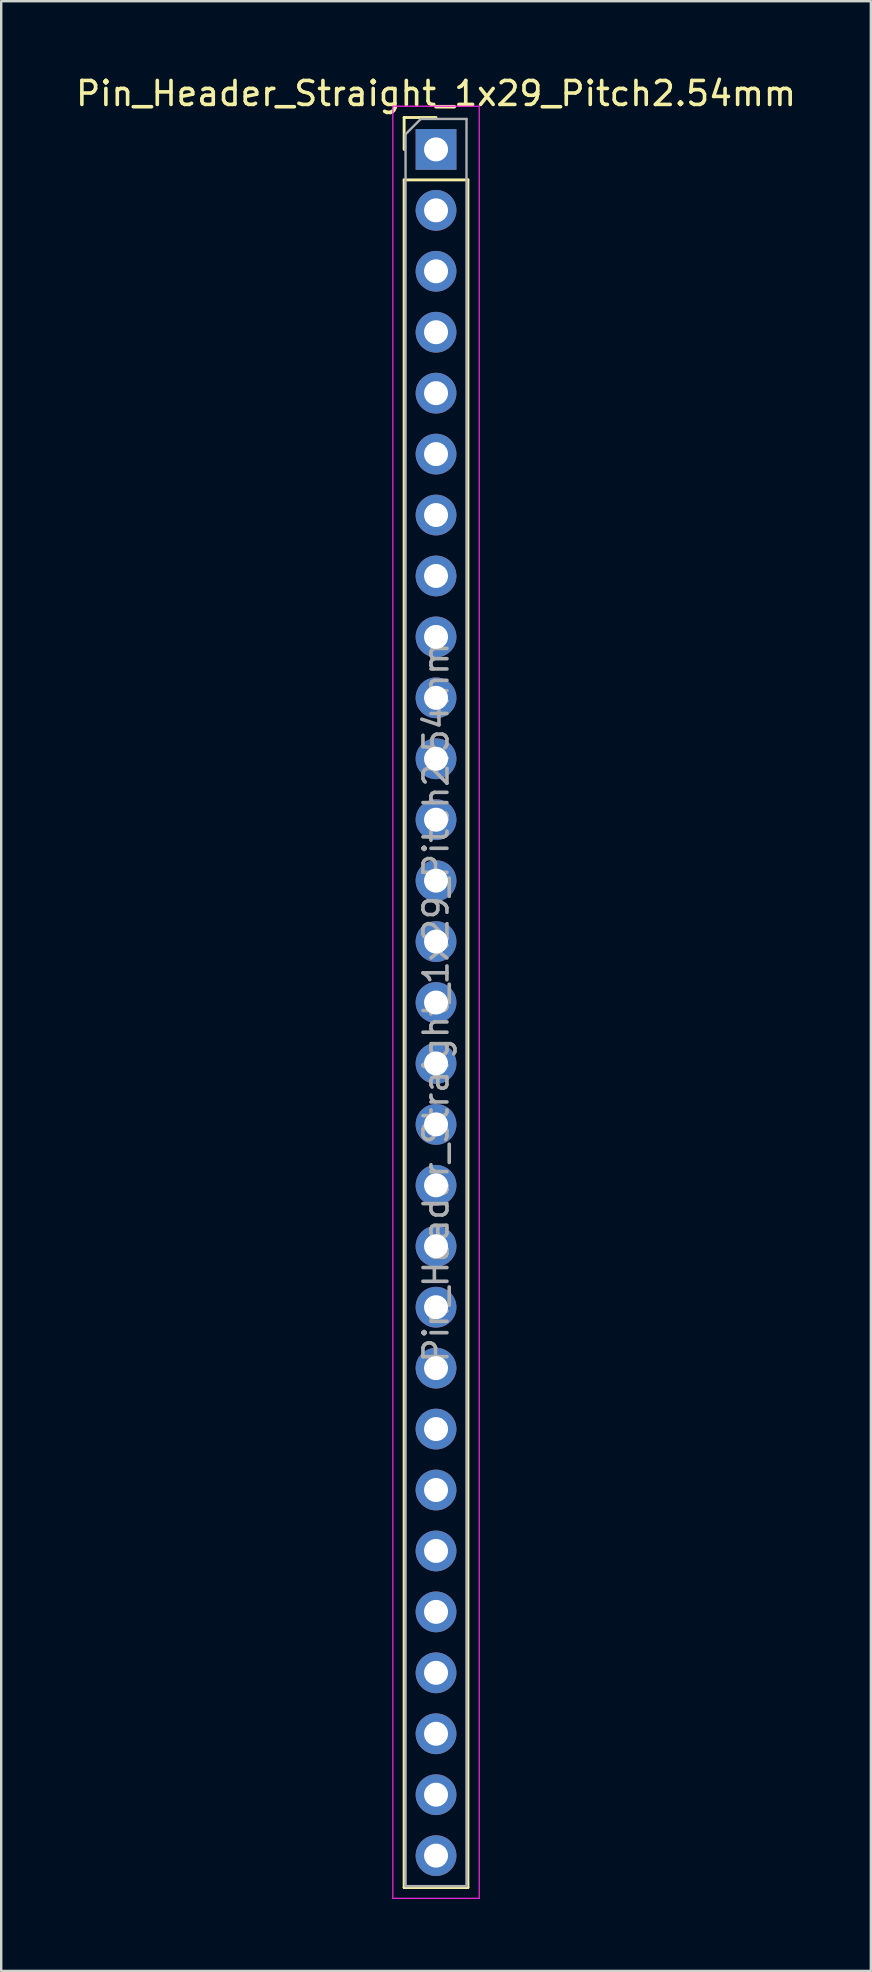
<source format=kicad_pcb>
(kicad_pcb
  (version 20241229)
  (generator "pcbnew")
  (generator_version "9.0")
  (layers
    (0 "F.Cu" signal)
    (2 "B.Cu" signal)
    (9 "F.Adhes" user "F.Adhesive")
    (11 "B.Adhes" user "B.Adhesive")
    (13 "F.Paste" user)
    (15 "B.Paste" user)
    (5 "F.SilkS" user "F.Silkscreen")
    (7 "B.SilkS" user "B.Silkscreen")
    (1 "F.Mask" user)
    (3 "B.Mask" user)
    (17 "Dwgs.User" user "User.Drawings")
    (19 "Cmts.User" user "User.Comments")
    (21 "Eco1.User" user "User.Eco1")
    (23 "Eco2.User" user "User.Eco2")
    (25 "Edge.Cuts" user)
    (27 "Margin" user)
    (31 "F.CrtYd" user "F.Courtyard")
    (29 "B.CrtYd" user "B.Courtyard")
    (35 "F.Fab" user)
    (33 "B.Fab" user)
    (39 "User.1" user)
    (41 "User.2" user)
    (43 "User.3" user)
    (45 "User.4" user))
  (footprint "Pin_Header_Straight_1x29_Pitch2.54mm"
    (layer "F.Cu")
    (at 15.125 3.178)
    (property "Reference" "Pin_Header_Straight_1x29_Pitch2.54mm" (at 0 -2.33 0) (layer "F.SilkS") (effects (font (size 1 1) (thickness 0.15))))
    (attr through_hole)
    (fp_line (start -1.33 -1.33) (end 0 -1.33) (stroke (width 0.12) (type solid)) (layer "F.SilkS"))
    (fp_line (start -1.33 0) (end -1.33 -1.33) (stroke (width 0.12) (type solid)) (layer "F.SilkS"))
    (fp_line (start -1.33 1.27) (end -1.33 72.45) (stroke (width 0.12) (type solid)) (layer "F.SilkS"))
    (fp_line (start -1.33 1.27) (end 1.33 1.27) (stroke (width 0.12) (type solid)) (layer "F.SilkS"))
    (fp_line (start -1.33 72.45) (end 1.33 72.45) (stroke (width 0.12) (type solid)) (layer "F.SilkS"))
    (fp_line (start 1.33 1.27) (end 1.33 72.45) (stroke (width 0.12) (type solid)) (layer "F.SilkS"))
    (fp_line (start -1.8 -1.8) (end -1.8 72.9) (stroke (width 0.05) (type solid)) (layer "F.CrtYd"))
    (fp_line (start -1.8 72.9) (end 1.8 72.9) (stroke (width 0.05) (type solid)) (layer "F.CrtYd"))
    (fp_line (start 1.8 -1.8) (end -1.8 -1.8) (stroke (width 0.05) (type solid)) (layer "F.CrtYd"))
    (fp_line (start 1.8 72.9) (end 1.8 -1.8) (stroke (width 0.05) (type solid)) (layer "F.CrtYd"))
    (fp_line (start -1.27 -0.635) (end -0.635 -1.27) (stroke (width 0.1) (type solid)) (layer "F.Fab"))
    (fp_line (start -1.27 72.39) (end -1.27 -0.635) (stroke (width 0.1) (type solid)) (layer "F.Fab"))
    (fp_line (start -0.635 -1.27) (end 1.27 -1.27) (stroke (width 0.1) (type solid)) (layer "F.Fab"))
    (fp_line (start 1.27 -1.27) (end 1.27 72.39) (stroke (width 0.1) (type solid)) (layer "F.Fab"))
    (fp_line (start 1.27 72.39) (end -1.27 72.39) (stroke (width 0.1) (type solid)) (layer "F.Fab"))
    (fp_text user "${REFERENCE}" (at 0 35.56 90) (layer "F.Fab") (effects (font (size 1 1) (thickness 0.15))))
    (pad "1" thru_hole rect (at 0 0) (size 1.7 1.7) (drill 1) (layers "*.Cu" "*.Mask"))
    (pad "2" thru_hole oval (at 0 2.54) (size 1.7 1.7) (drill 1) (layers "*.Cu" "*.Mask"))
    (pad "3" thru_hole oval (at 0 5.08) (size 1.7 1.7) (drill 1) (layers "*.Cu" "*.Mask"))
    (pad "4" thru_hole oval (at 0 7.62) (size 1.7 1.7) (drill 1) (layers "*.Cu" "*.Mask"))
    (pad "5" thru_hole oval (at 0 10.16) (size 1.7 1.7) (drill 1) (layers "*.Cu" "*.Mask"))
    (pad "6" thru_hole oval (at 0 12.7) (size 1.7 1.7) (drill 1) (layers "*.Cu" "*.Mask"))
    (pad "7" thru_hole oval (at 0 15.24) (size 1.7 1.7) (drill 1) (layers "*.Cu" "*.Mask"))
    (pad "8" thru_hole oval (at 0 17.78) (size 1.7 1.7) (drill 1) (layers "*.Cu" "*.Mask"))
    (pad "9" thru_hole oval (at 0 20.32) (size 1.7 1.7) (drill 1) (layers "*.Cu" "*.Mask"))
    (pad "10" thru_hole oval (at 0 22.86) (size 1.7 1.7) (drill 1) (layers "*.Cu" "*.Mask"))
    (pad "11" thru_hole oval (at 0 25.4) (size 1.7 1.7) (drill 1) (layers "*.Cu" "*.Mask"))
    (pad "12" thru_hole oval (at 0 27.94) (size 1.7 1.7) (drill 1) (layers "*.Cu" "*.Mask"))
    (pad "13" thru_hole oval (at 0 30.48) (size 1.7 1.7) (drill 1) (layers "*.Cu" "*.Mask"))
    (pad "14" thru_hole oval (at 0 33.02) (size 1.7 1.7) (drill 1) (layers "*.Cu" "*.Mask"))
    (pad "15" thru_hole oval (at 0 35.56) (size 1.7 1.7) (drill 1) (layers "*.Cu" "*.Mask"))
    (pad "16" thru_hole oval (at 0 38.1) (size 1.7 1.7) (drill 1) (layers "*.Cu" "*.Mask"))
    (pad "17" thru_hole oval (at 0 40.64) (size 1.7 1.7) (drill 1) (layers "*.Cu" "*.Mask"))
    (pad "18" thru_hole oval (at 0 43.18) (size 1.7 1.7) (drill 1) (layers "*.Cu" "*.Mask"))
    (pad "19" thru_hole oval (at 0 45.72) (size 1.7 1.7) (drill 1) (layers "*.Cu" "*.Mask"))
    (pad "20" thru_hole oval (at 0 48.26) (size 1.7 1.7) (drill 1) (layers "*.Cu" "*.Mask"))
    (pad "21" thru_hole oval (at 0 50.8) (size 1.7 1.7) (drill 1) (layers "*.Cu" "*.Mask"))
    (pad "22" thru_hole oval (at 0 53.34) (size 1.7 1.7) (drill 1) (layers "*.Cu" "*.Mask"))
    (pad "23" thru_hole oval (at 0 55.88) (size 1.7 1.7) (drill 1) (layers "*.Cu" "*.Mask"))
    (pad "24" thru_hole oval (at 0 58.42) (size 1.7 1.7) (drill 1) (layers "*.Cu" "*.Mask"))
    (pad "25" thru_hole oval (at 0 60.96) (size 1.7 1.7) (drill 1) (layers "*.Cu" "*.Mask"))
    (pad "26" thru_hole oval (at 0 63.5) (size 1.7 1.7) (drill 1) (layers "*.Cu" "*.Mask"))
    (pad "27" thru_hole oval (at 0 66.04) (size 1.7 1.7) (drill 1) (layers "*.Cu" "*.Mask"))
    (pad "28" thru_hole oval (at 0 68.58) (size 1.7 1.7) (drill 1) (layers "*.Cu" "*.Mask"))
    (pad "29" thru_hole oval (at 0 71.12) (size 1.7 1.7) (drill 1) (layers "*.Cu" "*.Mask")))
  (gr_rect
    (start -3 -3)
    (end 33.25 79.103)
    (stroke (width 0.1) (type default))
    (fill no)
    (layer "Edge.Cuts")))
</source>
